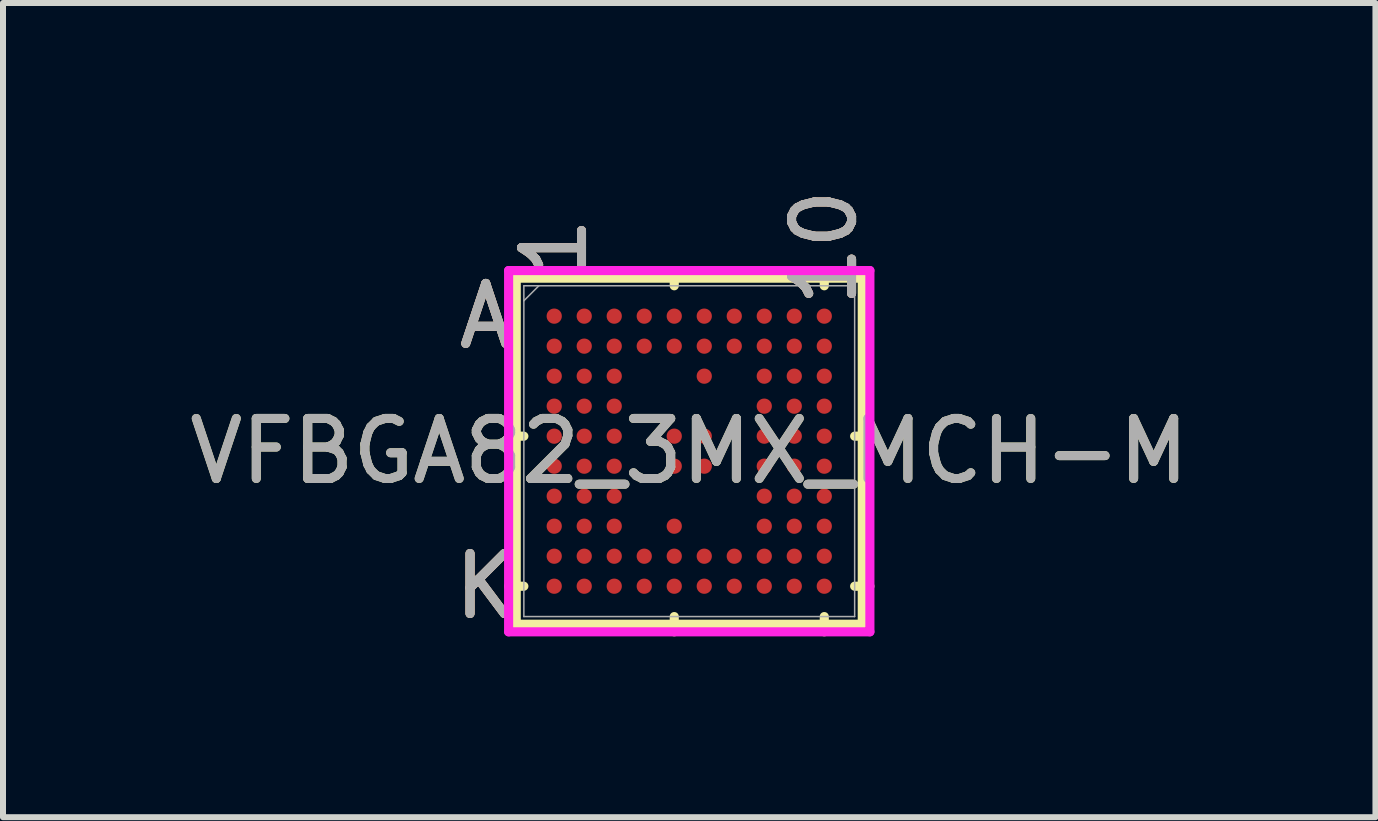
<source format=kicad_pcb>
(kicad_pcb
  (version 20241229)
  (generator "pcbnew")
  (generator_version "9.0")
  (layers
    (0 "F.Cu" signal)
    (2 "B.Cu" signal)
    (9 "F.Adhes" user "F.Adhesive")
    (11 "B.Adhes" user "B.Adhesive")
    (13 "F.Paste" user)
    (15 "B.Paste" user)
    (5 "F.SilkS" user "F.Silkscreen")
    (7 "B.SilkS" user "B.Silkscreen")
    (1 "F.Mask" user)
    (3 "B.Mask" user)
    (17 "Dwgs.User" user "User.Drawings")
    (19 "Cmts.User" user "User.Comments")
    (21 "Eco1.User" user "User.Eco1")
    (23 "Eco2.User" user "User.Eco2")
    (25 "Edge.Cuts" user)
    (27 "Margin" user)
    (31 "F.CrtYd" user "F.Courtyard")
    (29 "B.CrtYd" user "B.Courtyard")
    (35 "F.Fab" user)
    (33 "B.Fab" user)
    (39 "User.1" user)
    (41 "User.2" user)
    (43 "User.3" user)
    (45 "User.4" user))
  (footprint "VFBGA82_3MX_MCH-M"
    (layer "F.Cu")
    (at 8.435 4.468)
    (property "Reference" "VFBGA82_3MX_MCH-M" (at 0 0 0) (unlocked yes) (layer "F.SilkS") (effects (font (size 1 1) (thickness 0.15))))
    (attr smd)
    (fp_line (start -2.883 -2.883) (end -2.883 2.883) (stroke (width 0.152) (type solid)) (layer "F.SilkS"))
    (fp_line (start -2.883 2.883) (end 2.883 2.883) (stroke (width 0.152) (type solid)) (layer "F.SilkS"))
    (fp_line (start -2.756 -0.25) (end -3.01 -0.25) (stroke (width 0.152) (type solid)) (layer "F.SilkS"))
    (fp_line (start -2.756 2.25) (end -3.01 2.25) (stroke (width 0.152) (type solid)) (layer "F.SilkS"))
    (fp_line (start -0.25 -2.756) (end -0.25 -3.01) (stroke (width 0.152) (type solid)) (layer "F.SilkS"))
    (fp_line (start -0.25 2.756) (end -0.25 3.01) (stroke (width 0.152) (type solid)) (layer "F.SilkS"))
    (fp_line (start 2.25 -2.756) (end 2.25 -3.01) (stroke (width 0.152) (type solid)) (layer "F.SilkS"))
    (fp_line (start 2.25 2.756) (end 2.25 3.01) (stroke (width 0.152) (type solid)) (layer "F.SilkS"))
    (fp_line (start 2.756 -0.25) (end 3.01 -0.25) (stroke (width 0.152) (type solid)) (layer "F.SilkS"))
    (fp_line (start 2.756 2.25) (end 3.01 2.25) (stroke (width 0.152) (type solid)) (layer "F.SilkS"))
    (fp_line (start 2.883 -2.883) (end -2.883 -2.883) (stroke (width 0.152) (type solid)) (layer "F.SilkS"))
    (fp_line (start 2.883 2.883) (end 2.883 -2.883) (stroke (width 0.152) (type solid)) (layer "F.SilkS"))
    (fp_poly (pts (xy -2.945 -2.945) (xy 2.945 -2.945) (xy 2.945 2.945) (xy -2.945 2.945)) (stroke (width 0.1) (type solid)) (fill no) (layer "Eco2.User"))
    (fp_line (start -3.01 -3.01) (end 3.01 -3.01) (stroke (width 0.152) (type solid)) (layer "F.CrtYd"))
    (fp_line (start -3.01 3.01) (end -3.01 -3.01) (stroke (width 0.152) (type solid)) (layer "F.CrtYd"))
    (fp_line (start 3.01 -3.01) (end 3.01 3.01) (stroke (width 0.152) (type solid)) (layer "F.CrtYd"))
    (fp_line (start 3.01 3.01) (end -3.01 3.01) (stroke (width 0.152) (type solid)) (layer "F.CrtYd"))
    (fp_line (start -2.756 -2.756) (end -2.756 2.756) (stroke (width 0.025) (type solid)) (layer "F.Fab"))
    (fp_line (start -2.756 2.756) (end 2.756 2.756) (stroke (width 0.025) (type solid)) (layer "F.Fab"))
    (fp_line (start -2.506 -2.756) (end -2.756 -2.506) (stroke (width 0.025) (type solid)) (layer "F.Fab"))
    (fp_line (start 2.756 -2.756) (end -2.756 -2.756) (stroke (width 0.025) (type solid)) (layer "F.Fab"))
    (fp_line (start 2.756 2.756) (end 2.756 -2.756) (stroke (width 0.025) (type solid)) (layer "F.Fab"))
    (fp_text user "A" (at -3.391 -2.25 0) (unlocked yes) (layer "F.SilkS") (effects (font (size 1 1) (thickness 0.15))))
    (fp_text user "1" (at -2.25 -3.391 90) (unlocked yes) (layer "F.SilkS") (effects (font (size 1 1) (thickness 0.15))))
    (fp_text user "10" (at 2.25 -3.391 90) (unlocked yes) (layer "F.SilkS") (effects (font (size 1 1) (thickness 0.15))))
    (fp_text user "K" (at -3.391 2.25 0) (unlocked yes) (layer "F.SilkS") (effects (font (size 1 1) (thickness 0.15))))
    (fp_text user "K" (at -3.391 2.25 0) (unlocked yes) (layer "B.SilkS") (effects (font (size 1 1) (thickness 0.15))))
    (fp_text user "10" (at 2.25 -3.391 90) (unlocked yes) (layer "B.SilkS") (effects (font (size 1 1) (thickness 0.15))))
    (fp_text user "1" (at -2.25 -3.391 90) (unlocked yes) (layer "B.SilkS") (effects (font (size 1 1) (thickness 0.15))))
    (fp_text user "A" (at -3.391 -2.25 0) (unlocked yes) (layer "B.SilkS") (effects (font (size 1 1) (thickness 0.15))))
    (fp_text user "1" (at -2.25 -3.391 90) (unlocked yes) (layer "F.Fab") (effects (font (size 1 1) (thickness 0.15))))
    (fp_text user "K" (at -3.391 2.25 0) (unlocked yes) (layer "F.Fab") (effects (font (size 1 1) (thickness 0.15))))
    (fp_text user "A" (at -3.391 -2.25 0) (unlocked yes) (layer "F.Fab") (effects (font (size 1 1) (thickness 0.15))))
    (fp_text user "${REFERENCE}" (at 0 0 0) (unlocked yes) (layer "F.Fab") (effects (font (size 1 1) (thickness 0.15))))
    (fp_text user "10" (at 2.25 -3.391 90) (unlocked yes) (layer "F.Fab") (effects (font (size 1 1) (thickness 0.15))))
    (pad "A1" smd circle (at -2.25 -2.25) (size 0.254 0.254) (layers "F.Cu" "F.Mask" "F.Paste"))
    (pad "A2" smd circle (at -1.75 -2.25) (size 0.254 0.254) (layers "F.Cu" "F.Mask" "F.Paste"))
    (pad "A3" smd circle (at -1.25 -2.25) (size 0.254 0.254) (layers "F.Cu" "F.Mask" "F.Paste"))
    (pad "A4" smd circle (at -0.75 -2.25) (size 0.254 0.254) (layers "F.Cu" "F.Mask" "F.Paste"))
    (pad "A5" smd circle (at -0.25 -2.25) (size 0.254 0.254) (layers "F.Cu" "F.Mask" "F.Paste"))
    (pad "A6" smd circle (at 0.25 -2.25) (size 0.254 0.254) (layers "F.Cu" "F.Mask" "F.Paste"))
    (pad "A7" smd circle (at 0.75 -2.25) (size 0.254 0.254) (layers "F.Cu" "F.Mask" "F.Paste"))
    (pad "A8" smd circle (at 1.25 -2.25) (size 0.254 0.254) (layers "F.Cu" "F.Mask" "F.Paste"))
    (pad "A9" smd circle (at 1.75 -2.25) (size 0.254 0.254) (layers "F.Cu" "F.Mask" "F.Paste"))
    (pad "A10" smd circle (at 2.25 -2.25) (size 0.254 0.254) (layers "F.Cu" "F.Mask" "F.Paste"))
    (pad "B1" smd circle (at -2.25 -1.75) (size 0.254 0.254) (layers "F.Cu" "F.Mask" "F.Paste"))
    (pad "B2" smd circle (at -1.75 -1.75) (size 0.254 0.254) (layers "F.Cu" "F.Mask" "F.Paste"))
    (pad "B3" smd circle (at -1.25 -1.75) (size 0.254 0.254) (layers "F.Cu" "F.Mask" "F.Paste"))
    (pad "B4" smd circle (at -0.75 -1.75) (size 0.254 0.254) (layers "F.Cu" "F.Mask" "F.Paste"))
    (pad "B5" smd circle (at -0.25 -1.75) (size 0.254 0.254) (layers "F.Cu" "F.Mask" "F.Paste"))
    (pad "B6" smd circle (at 0.25 -1.75) (size 0.254 0.254) (layers "F.Cu" "F.Mask" "F.Paste"))
    (pad "B7" smd circle (at 0.75 -1.75) (size 0.254 0.254) (layers "F.Cu" "F.Mask" "F.Paste"))
    (pad "B8" smd circle (at 1.25 -1.75) (size 0.254 0.254) (layers "F.Cu" "F.Mask" "F.Paste"))
    (pad "B9" smd circle (at 1.75 -1.75) (size 0.254 0.254) (layers "F.Cu" "F.Mask" "F.Paste"))
    (pad "B10" smd circle (at 2.25 -1.75) (size 0.254 0.254) (layers "F.Cu" "F.Mask" "F.Paste"))
    (pad "C1" smd circle (at -2.25 -1.25) (size 0.254 0.254) (layers "F.Cu" "F.Mask" "F.Paste"))
    (pad "C2" smd circle (at -1.75 -1.25) (size 0.254 0.254) (layers "F.Cu" "F.Mask" "F.Paste"))
    (pad "C3" smd circle (at -1.25 -1.25) (size 0.254 0.254) (layers "F.Cu" "F.Mask" "F.Paste"))
    (pad "C6" smd circle (at 0.25 -1.25) (size 0.254 0.254) (layers "F.Cu" "F.Mask" "F.Paste"))
    (pad "C8" smd circle (at 1.25 -1.25) (size 0.254 0.254) (layers "F.Cu" "F.Mask" "F.Paste"))
    (pad "C9" smd circle (at 1.75 -1.25) (size 0.254 0.254) (layers "F.Cu" "F.Mask" "F.Paste"))
    (pad "C10" smd circle (at 2.25 -1.25) (size 0.254 0.254) (layers "F.Cu" "F.Mask" "F.Paste"))
    (pad "D1" smd circle (at -2.25 -0.75) (size 0.254 0.254) (layers "F.Cu" "F.Mask" "F.Paste"))
    (pad "D2" smd circle (at -1.75 -0.75) (size 0.254 0.254) (layers "F.Cu" "F.Mask" "F.Paste"))
    (pad "D3" smd circle (at -1.25 -0.75) (size 0.254 0.254) (layers "F.Cu" "F.Mask" "F.Paste"))
    (pad "D8" smd circle (at 1.25 -0.75) (size 0.254 0.254) (layers "F.Cu" "F.Mask" "F.Paste"))
    (pad "D9" smd circle (at 1.75 -0.75) (size 0.254 0.254) (layers "F.Cu" "F.Mask" "F.Paste"))
    (pad "D10" smd circle (at 2.25 -0.75) (size 0.254 0.254) (layers "F.Cu" "F.Mask" "F.Paste"))
    (pad "E1" smd circle (at -2.25 -0.25) (size 0.254 0.254) (layers "F.Cu" "F.Mask" "F.Paste"))
    (pad "E2" smd circle (at -1.75 -0.25) (size 0.254 0.254) (layers "F.Cu" "F.Mask" "F.Paste"))
    (pad "E3" smd circle (at -1.25 -0.25) (size 0.254 0.254) (layers "F.Cu" "F.Mask" "F.Paste"))
    (pad "E5" smd circle (at -0.25 -0.25) (size 0.254 0.254) (layers "F.Cu" "F.Mask" "F.Paste"))
    (pad "E6" smd circle (at 0.25 -0.25) (size 0.254 0.254) (layers "F.Cu" "F.Mask" "F.Paste"))
    (pad "E8" smd circle (at 1.25 -0.25) (size 0.254 0.254) (layers "F.Cu" "F.Mask" "F.Paste"))
    (pad "E9" smd circle (at 1.75 -0.25) (size 0.254 0.254) (layers "F.Cu" "F.Mask" "F.Paste"))
    (pad "E10" smd circle (at 2.25 -0.25) (size 0.254 0.254) (layers "F.Cu" "F.Mask" "F.Paste"))
    (pad "F1" smd circle (at -2.25 0.25) (size 0.254 0.254) (layers "F.Cu" "F.Mask" "F.Paste"))
    (pad "F2" smd circle (at -1.75 0.25) (size 0.254 0.254) (layers "F.Cu" "F.Mask" "F.Paste"))
    (pad "F3" smd circle (at -1.25 0.25) (size 0.254 0.254) (layers "F.Cu" "F.Mask" "F.Paste"))
    (pad "F5" smd circle (at -0.25 0.25) (size 0.254 0.254) (layers "F.Cu" "F.Mask" "F.Paste"))
    (pad "F6" smd circle (at 0.25 0.25) (size 0.254 0.254) (layers "F.Cu" "F.Mask" "F.Paste"))
    (pad "F8" smd circle (at 1.25 0.25) (size 0.254 0.254) (layers "F.Cu" "F.Mask" "F.Paste"))
    (pad "F9" smd circle (at 1.75 0.25) (size 0.254 0.254) (layers "F.Cu" "F.Mask" "F.Paste"))
    (pad "F10" smd circle (at 2.25 0.25) (size 0.254 0.254) (layers "F.Cu" "F.Mask" "F.Paste"))
    (pad "G1" smd circle (at -2.25 0.75) (size 0.254 0.254) (layers "F.Cu" "F.Mask" "F.Paste"))
    (pad "G2" smd circle (at -1.75 0.75) (size 0.254 0.254) (layers "F.Cu" "F.Mask" "F.Paste"))
    (pad "G3" smd circle (at -1.25 0.75) (size 0.254 0.254) (layers "F.Cu" "F.Mask" "F.Paste"))
    (pad "G8" smd circle (at 1.25 0.75) (size 0.254 0.254) (layers "F.Cu" "F.Mask" "F.Paste"))
    (pad "G9" smd circle (at 1.75 0.75) (size 0.254 0.254) (layers "F.Cu" "F.Mask" "F.Paste"))
    (pad "G10" smd circle (at 2.25 0.75) (size 0.254 0.254) (layers "F.Cu" "F.Mask" "F.Paste"))
    (pad "H1" smd circle (at -2.25 1.25) (size 0.254 0.254) (layers "F.Cu" "F.Mask" "F.Paste"))
    (pad "H2" smd circle (at -1.75 1.25) (size 0.254 0.254) (layers "F.Cu" "F.Mask" "F.Paste"))
    (pad "H3" smd circle (at -1.25 1.25) (size 0.254 0.254) (layers "F.Cu" "F.Mask" "F.Paste"))
    (pad "H5" smd circle (at -0.25 1.25) (size 0.254 0.254) (layers "F.Cu" "F.Mask" "F.Paste"))
    (pad "H8" smd circle (at 1.25 1.25) (size 0.254 0.254) (layers "F.Cu" "F.Mask" "F.Paste"))
    (pad "H9" smd circle (at 1.75 1.25) (size 0.254 0.254) (layers "F.Cu" "F.Mask" "F.Paste"))
    (pad "H10" smd circle (at 2.25 1.25) (size 0.254 0.254) (layers "F.Cu" "F.Mask" "F.Paste"))
    (pad "J1" smd circle (at -2.25 1.75) (size 0.254 0.254) (layers "F.Cu" "F.Mask" "F.Paste"))
    (pad "J2" smd circle (at -1.75 1.75) (size 0.254 0.254) (layers "F.Cu" "F.Mask" "F.Paste"))
    (pad "J3" smd circle (at -1.25 1.75) (size 0.254 0.254) (layers "F.Cu" "F.Mask" "F.Paste"))
    (pad "J4" smd circle (at -0.75 1.75) (size 0.254 0.254) (layers "F.Cu" "F.Mask" "F.Paste"))
    (pad "J5" smd circle (at -0.25 1.75) (size 0.254 0.254) (layers "F.Cu" "F.Mask" "F.Paste"))
    (pad "J6" smd circle (at 0.25 1.75) (size 0.254 0.254) (layers "F.Cu" "F.Mask" "F.Paste"))
    (pad "J7" smd circle (at 0.75 1.75) (size 0.254 0.254) (layers "F.Cu" "F.Mask" "F.Paste"))
    (pad "J8" smd circle (at 1.25 1.75) (size 0.254 0.254) (layers "F.Cu" "F.Mask" "F.Paste"))
    (pad "J9" smd circle (at 1.75 1.75) (size 0.254 0.254) (layers "F.Cu" "F.Mask" "F.Paste"))
    (pad "J10" smd circle (at 2.25 1.75) (size 0.254 0.254) (layers "F.Cu" "F.Mask" "F.Paste"))
    (pad "K1" smd circle (at -2.25 2.25) (size 0.254 0.254) (layers "F.Cu" "F.Mask" "F.Paste"))
    (pad "K2" smd circle (at -1.75 2.25) (size 0.254 0.254) (layers "F.Cu" "F.Mask" "F.Paste"))
    (pad "K3" smd circle (at -1.25 2.25) (size 0.254 0.254) (layers "F.Cu" "F.Mask" "F.Paste"))
    (pad "K4" smd circle (at -0.75 2.25) (size 0.254 0.254) (layers "F.Cu" "F.Mask" "F.Paste"))
    (pad "K5" smd circle (at -0.25 2.25) (size 0.254 0.254) (layers "F.Cu" "F.Mask" "F.Paste"))
    (pad "K6" smd circle (at 0.25 2.25) (size 0.254 0.254) (layers "F.Cu" "F.Mask" "F.Paste"))
    (pad "K7" smd circle (at 0.75 2.25) (size 0.254 0.254) (layers "F.Cu" "F.Mask" "F.Paste"))
    (pad "K8" smd circle (at 1.25 2.25) (size 0.254 0.254) (layers "F.Cu" "F.Mask" "F.Paste"))
    (pad "K9" smd circle (at 1.75 2.25) (size 0.254 0.254) (layers "F.Cu" "F.Mask" "F.Paste"))
    (pad "K10" smd circle (at 2.25 2.25) (size 0.254 0.254) (layers "F.Cu" "F.Mask" "F.Paste")))
  (gr_rect
    (start -3 -3)
    (end 19.869 10.567)
    (stroke (width 0.1) (type default))
    (fill no)
    (layer "Edge.Cuts")))
</source>
